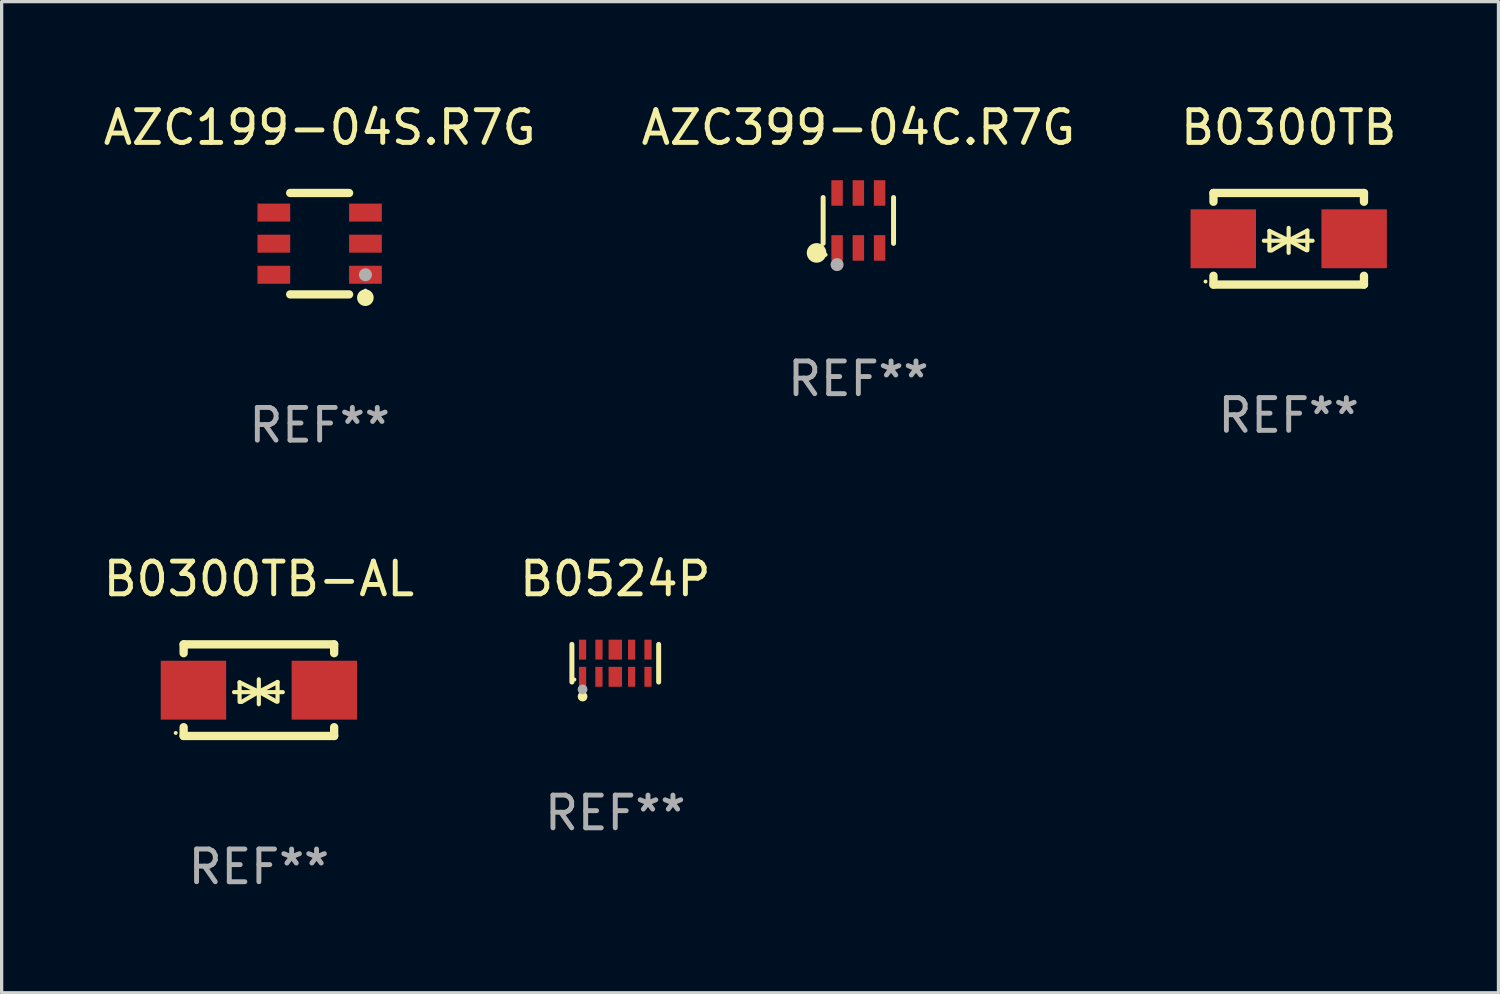
<source format=kicad_pcb>
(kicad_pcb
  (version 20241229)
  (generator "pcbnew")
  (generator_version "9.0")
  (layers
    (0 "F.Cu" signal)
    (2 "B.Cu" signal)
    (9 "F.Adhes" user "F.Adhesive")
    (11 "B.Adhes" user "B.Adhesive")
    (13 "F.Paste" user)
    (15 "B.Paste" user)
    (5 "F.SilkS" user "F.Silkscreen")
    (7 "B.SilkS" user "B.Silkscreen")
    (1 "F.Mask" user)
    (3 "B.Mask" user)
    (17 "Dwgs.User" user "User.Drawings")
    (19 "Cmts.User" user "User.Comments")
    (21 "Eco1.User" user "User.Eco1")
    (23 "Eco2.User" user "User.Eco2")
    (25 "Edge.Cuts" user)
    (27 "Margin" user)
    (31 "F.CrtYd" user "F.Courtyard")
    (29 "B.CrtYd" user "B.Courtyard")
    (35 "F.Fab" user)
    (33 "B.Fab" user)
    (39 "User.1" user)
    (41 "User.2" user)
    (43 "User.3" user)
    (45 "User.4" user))
  (footprint "B0300TB-AL"
    (layer "F.Cu")
    (at 4.863 18.045)
    (property "Reference" "B0300TB-AL" (at 0 -3.4 0) (layer "F.SilkS") (effects (font (size 1 1) (thickness 0.15))))
    (attr through_hole)
    (fp_line (start -2.3 -1.4) (end -2.3 -1.131) (stroke (width 0.254) (type solid)) (layer "F.SilkS"))
    (fp_line (start -2.3 -1.4) (end 2.3 -1.4) (stroke (width 0.254) (type solid)) (layer "F.SilkS"))
    (fp_line (start -2.3 1.131) (end -2.3 1.4) (stroke (width 0.254) (type solid)) (layer "F.SilkS"))
    (fp_line (start -2.3 1.4) (end 2.3 1.4) (stroke (width 0.254) (type solid)) (layer "F.SilkS"))
    (fp_line (start -0.76 0.06) (end 0.73 0.06) (stroke (width 0.127) (type solid)) (layer "F.SilkS"))
    (fp_line (start -0.59 -0.24) (end -0.59 0.36) (stroke (width 0.127) (type solid)) (layer "F.SilkS"))
    (fp_line (start -0.59 -0.24) (end -0.002 0.049) (stroke (width 0.127) (type solid)) (layer "F.SilkS"))
    (fp_line (start -0.53 0.36) (end -0.002 0.049) (stroke (width 0.127) (type solid)) (layer "F.SilkS"))
    (fp_line (start -0.002 0.049) (end -0.002 -0.332) (stroke (width 0.127) (type solid)) (layer "F.SilkS"))
    (fp_line (start -0.002 0.049) (end -0.002 0.43) (stroke (width 0.127) (type solid)) (layer "F.SilkS"))
    (fp_line (start 0.54 0.35) (end -0.002 0.049) (stroke (width 0.127) (type solid)) (layer "F.SilkS"))
    (fp_line (start 0.57 -0.25) (end -0.002 0.049) (stroke (width 0.127) (type solid)) (layer "F.SilkS"))
    (fp_line (start 0.57 -0.25) (end 0.57 0.35) (stroke (width 0.127) (type solid)) (layer "F.SilkS"))
    (fp_line (start 2.3 -1.4) (end 2.3 -1.131) (stroke (width 0.254) (type solid)) (layer "F.SilkS"))
    (fp_line (start 2.3 1.131) (end 2.3 1.4) (stroke (width 0.254) (type solid)) (layer "F.SilkS"))
    (fp_circle (center -2.542 1.308) (end -2.512 1.308) (stroke (width 0.06) (type solid)) (fill no) (layer "F.SilkS"))
    (fp_text user "REF**" (at 0 5.4 0) (layer "F.Fab") (effects (font (size 1 1) (thickness 0.15))))
    (pad "1" smd rect (at -2 0) (size 2 1.8) (layers "F.Cu" "F.Mask" "F.Paste"))
    (pad "2" smd rect (at 2 0) (size 2 1.8) (layers "F.Cu" "F.Mask" "F.Paste")))
  (footprint "B0300TB"
    (layer "F.Cu")
    (at 36.339 4.248)
    (property "Reference" "B0300TB" (at 0 -3.4 0) (layer "F.SilkS") (effects (font (size 1 1) (thickness 0.15))))
    (attr through_hole)
    (fp_line (start -2.3 -1.4) (end -2.3 -1.131) (stroke (width 0.254) (type solid)) (layer "F.SilkS"))
    (fp_line (start -2.3 -1.4) (end 2.3 -1.4) (stroke (width 0.254) (type solid)) (layer "F.SilkS"))
    (fp_line (start -2.3 1.131) (end -2.3 1.4) (stroke (width 0.254) (type solid)) (layer "F.SilkS"))
    (fp_line (start -2.3 1.4) (end 2.3 1.4) (stroke (width 0.254) (type solid)) (layer "F.SilkS"))
    (fp_line (start -0.76 0.06) (end 0.73 0.06) (stroke (width 0.127) (type solid)) (layer "F.SilkS"))
    (fp_line (start -0.59 -0.24) (end -0.59 0.36) (stroke (width 0.127) (type solid)) (layer "F.SilkS"))
    (fp_line (start -0.59 -0.24) (end -0.002 0.049) (stroke (width 0.127) (type solid)) (layer "F.SilkS"))
    (fp_line (start -0.53 0.36) (end -0.002 0.049) (stroke (width 0.127) (type solid)) (layer "F.SilkS"))
    (fp_line (start -0.002 0.049) (end -0.002 -0.332) (stroke (width 0.127) (type solid)) (layer "F.SilkS"))
    (fp_line (start -0.002 0.049) (end -0.002 0.43) (stroke (width 0.127) (type solid)) (layer "F.SilkS"))
    (fp_line (start 0.54 0.35) (end -0.002 0.049) (stroke (width 0.127) (type solid)) (layer "F.SilkS"))
    (fp_line (start 0.57 -0.25) (end -0.002 0.049) (stroke (width 0.127) (type solid)) (layer "F.SilkS"))
    (fp_line (start 0.57 -0.25) (end 0.57 0.35) (stroke (width 0.127) (type solid)) (layer "F.SilkS"))
    (fp_line (start 2.3 -1.4) (end 2.3 -1.131) (stroke (width 0.254) (type solid)) (layer "F.SilkS"))
    (fp_line (start 2.3 1.131) (end 2.3 1.4) (stroke (width 0.254) (type solid)) (layer "F.SilkS"))
    (fp_circle (center -2.542 1.308) (end -2.512 1.308) (stroke (width 0.06) (type solid)) (fill no) (layer "F.SilkS"))
    (fp_text user "REF**" (at 0 5.4 0) (layer "F.Fab") (effects (font (size 1 1) (thickness 0.15))))
    (pad "1" smd rect (at -2 0) (size 2 1.8) (layers "F.Cu" "F.Mask" "F.Paste"))
    (pad "2" smd rect (at 2 0) (size 2 1.8) (layers "F.Cu" "F.Mask" "F.Paste")))
  (footprint "AZC399-04C.R7G"
    (layer "F.Cu")
    (at 23.185 3.688)
    (property "Reference" "AZC399-04C.R7G" (at 0 -2.84 0) (layer "F.SilkS") (effects (font (size 1 1) (thickness 0.15))))
    (attr through_hole)
    (fp_line (start -1.076 0.701) (end -1.076 -0.701) (stroke (width 0.152) (type solid)) (layer "F.SilkS"))
    (fp_line (start 1.076 0.701) (end 1.076 -0.701) (stroke (width 0.152) (type solid)) (layer "F.SilkS"))
    (fp_circle (center -1.277 0.992) (end -1.127 0.992) (stroke (width 0.3) (type solid)) (fill no) (layer "F.SilkS"))
    (fp_circle (center -1 1.05) (end -0.97 1.05) (stroke (width 0.06) (type solid)) (fill no) (layer "F.SilkS"))
    (fp_circle (center -0.65 1.35) (end -0.55 1.35) (stroke (width 0.2) (type solid)) (fill no) (layer "F.Fab"))
    (fp_text user "REF**" (at 0 4.84 0) (layer "F.Fab") (effects (font (size 1 1) (thickness 0.15))))
    (pad "1" smd rect (at -0.65 0.84) (size 0.35 0.78) (layers "F.Cu" "F.Mask" "F.Paste"))
    (pad "2" smd rect (at 0 0.84) (size 0.35 0.78) (layers "F.Cu" "F.Mask" "F.Paste"))
    (pad "3" smd rect (at 0.65 0.84) (size 0.35 0.78) (layers "F.Cu" "F.Mask" "F.Paste"))
    (pad "4" smd rect (at 0.65 -0.84) (size 0.35 0.78) (layers "F.Cu" "F.Mask" "F.Paste"))
    (pad "5" smd rect (at 0 -0.84) (size 0.35 0.78) (layers "F.Cu" "F.Mask" "F.Paste"))
    (pad "6" smd rect (at -0.65 -0.84) (size 0.35 0.78) (layers "F.Cu" "F.Mask" "F.Paste")))
  (footprint "B0524P"
    (layer "F.Cu")
    (at 15.756 17.221)
    (property "Reference" "B0524P" (at 0 -2.576 0) (layer "F.SilkS") (effects (font (size 1 1) (thickness 0.15))))
    (attr through_hole)
    (fp_line (start -1.326 0.576) (end -1.326 -0.576) (stroke (width 0.152) (type solid)) (layer "F.SilkS"))
    (fp_line (start 1.326 0.576) (end 1.326 -0.576) (stroke (width 0.152) (type solid)) (layer "F.SilkS"))
    (fp_circle (center -1.25 0.5) (end -1.22 0.5) (stroke (width 0.06) (type solid)) (fill no) (layer "F.SilkS"))
    (fp_circle (center -1 1.019) (end -0.925 1.019) (stroke (width 0.15) (type solid)) (fill no) (layer "F.SilkS"))
    (fp_circle (center -1 0.8) (end -0.925 0.8) (stroke (width 0.15) (type solid)) (fill no) (layer "F.Fab"))
    (fp_text user "REF**" (at 0 4.576 0) (layer "F.Fab") (effects (font (size 1 1) (thickness 0.15))))
    (pad "1" smd rect (at -1 0.415) (size 0.22 0.609) (layers "F.Cu" "F.Mask" "F.Paste"))
    (pad "2" smd rect (at -0.5 0.415) (size 0.22 0.609) (layers "F.Cu" "F.Mask" "F.Paste"))
    (pad "3" smd rect (at 0 0.415) (size 0.41 0.609) (layers "F.Cu" "F.Mask" "F.Paste"))
    (pad "4" smd rect (at 0.5 0.415) (size 0.22 0.609) (layers "F.Cu" "F.Mask" "F.Paste"))
    (pad "5" smd rect (at 1 0.415) (size 0.22 0.609) (layers "F.Cu" "F.Mask" "F.Paste"))
    (pad "6" smd rect (at 1 -0.415) (size 0.22 0.609) (layers "F.Cu" "F.Mask" "F.Paste"))
    (pad "7" smd rect (at 0.5 -0.415) (size 0.22 0.609) (layers "F.Cu" "F.Mask" "F.Paste"))
    (pad "8" smd rect (at 0 -0.415) (size 0.41 0.609) (layers "F.Cu" "F.Mask" "F.Paste"))
    (pad "9" smd rect (at -0.5 -0.415) (size 0.22 0.609) (layers "F.Cu" "F.Mask" "F.Paste"))
    (pad "10" smd rect (at -1 -0.415) (size 0.22 0.609) (layers "F.Cu" "F.Mask" "F.Paste")))
  (footprint "AZC199-04S.R7G"
    (layer "F.Cu")
    (at 6.72 4.398)
    (property "Reference" "AZC199-04S.R7G" (at 0 -3.55 0) (layer "F.SilkS") (effects (font (size 1 1) (thickness 0.15))))
    (attr through_hole)
    (fp_line (start -0.9 -1.55) (end 0.9 -1.55) (stroke (width 0.254) (type solid)) (layer "F.SilkS"))
    (fp_line (start -0.9 1.55) (end 0.9 1.55) (stroke (width 0.254) (type solid)) (layer "F.SilkS"))
    (fp_circle (center 1.397 1.651) (end 1.524 1.651) (stroke (width 0.254) (type solid)) (fill no) (layer "F.SilkS"))
    (fp_circle (center 1.4 1.435) (end 1.43 1.435) (stroke (width 0.06) (type solid)) (fill no) (layer "F.SilkS"))
    (fp_circle (center 1.4 0.95) (end 1.5 0.95) (stroke (width 0.2) (type solid)) (fill no) (layer "F.Fab"))
    (fp_text user "REF**" (at 0 5.55 0) (layer "F.Fab") (effects (font (size 1 1) (thickness 0.15))))
    (pad "1" smd rect (at 1.4 0.95) (size 1 0.55) (layers "F.Cu" "F.Mask" "F.Paste"))
    (pad "2" smd rect (at 1.4 -0.000102) (size 1 0.55) (layers "F.Cu" "F.Mask" "F.Paste"))
    (pad "3" smd rect (at 1.4 -0.95) (size 1 0.55) (layers "F.Cu" "F.Mask" "F.Paste"))
    (pad "4" smd rect (at -1.4 -0.95) (size 1 0.55) (layers "F.Cu" "F.Mask" "F.Paste"))
    (pad "5" smd rect (at -1.4 -0.000102) (size 1 0.55) (layers "F.Cu" "F.Mask" "F.Paste"))
    (pad "6" smd rect (at -1.4 0.95) (size 1 0.55) (layers "F.Cu" "F.Mask" "F.Paste")))
  (gr_rect
    (start -3 -3)
    (end 42.75 27.293)
    (stroke (width 0.1) (type default))
    (fill no)
    (layer "Edge.Cuts")))
</source>
